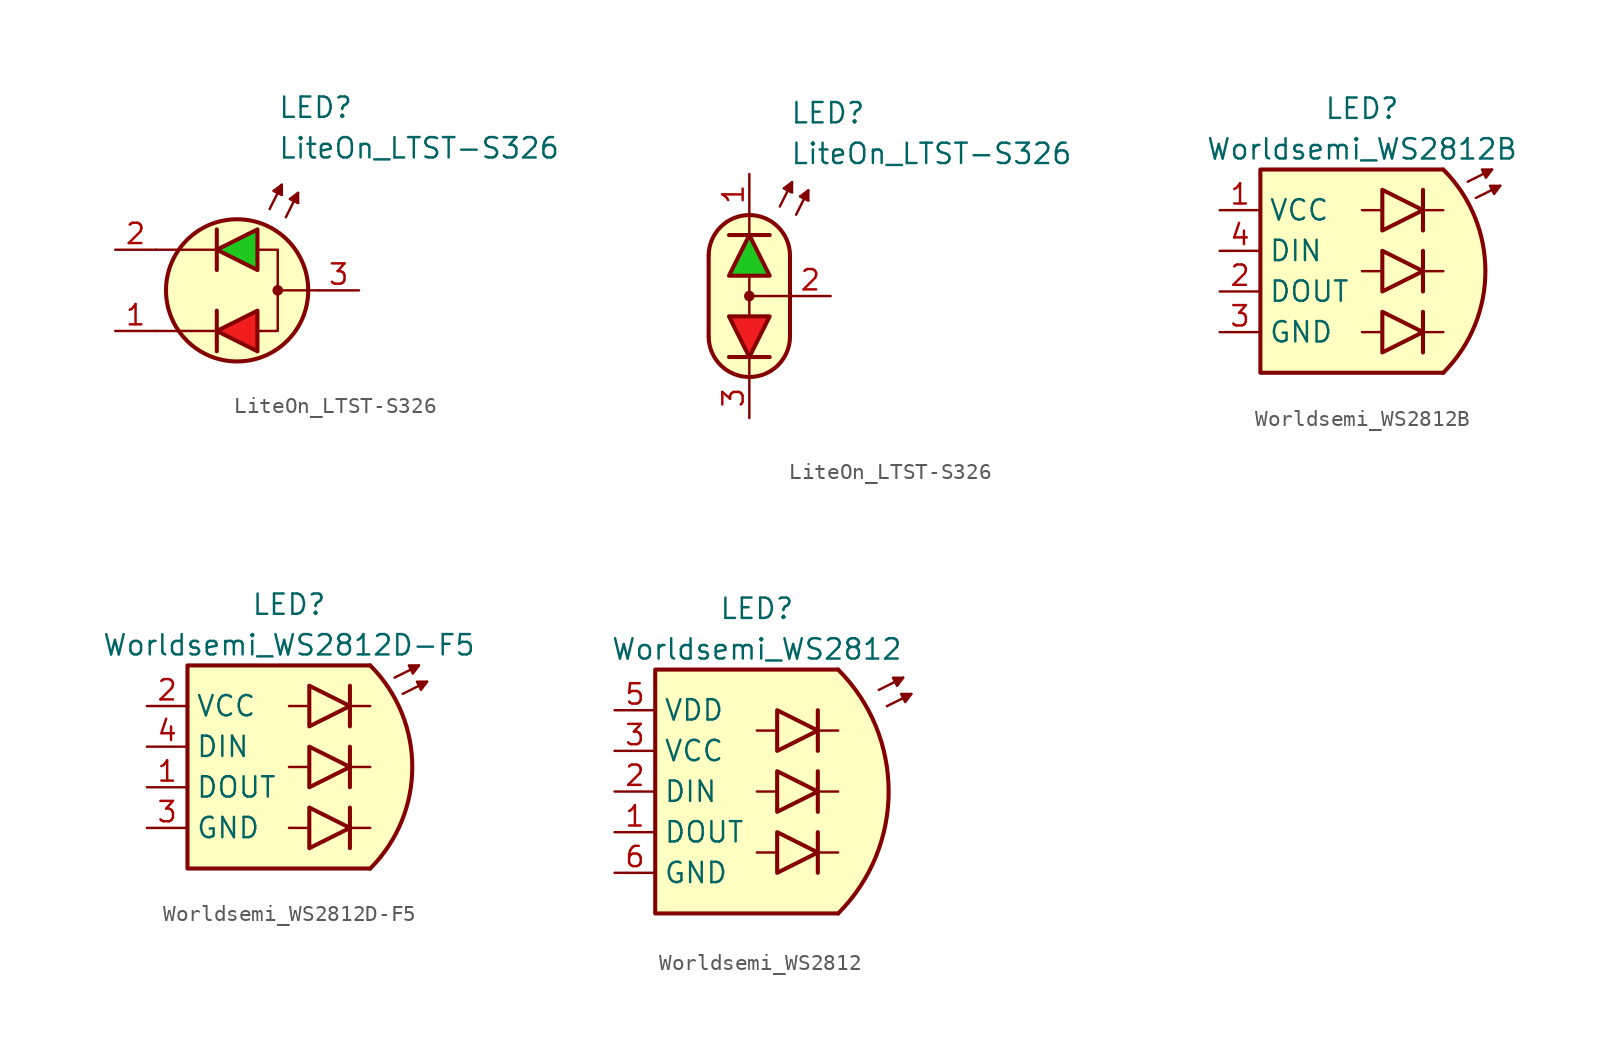
<source format=kicad_sym>
(kicad_symbol_lib
  (version 20231120)
  (generator "kicad_symbol_editor")
  (generator_version "8.0")
  (symbol "LiteOn_LTST-S326"
    (pin_names
      (offset 1.016) hide)
    (property "Reference" "LED"
      (at 2.54 11.43 0)
      (effects (font (size 1.27 1.27)) (justify left)))
    (property "Value" "LiteOn_LTST-S326"
      (at 2.54 8.89 0)
      (effects (font (size 1.27 1.27)) (justify left)))
    (symbol "LiteOn_LTST-S326_0_1"
      (polyline (pts (xy -1.27 -3.81) (xy -1.27 -1.27)) (stroke (width 0.254) (type default)) (fill (type none)))
      (polyline (pts (xy -1.27 -2.54) (xy -5.08 -2.54)) (stroke (width 0.152) (type default)) (fill (type none)))
      (polyline (pts (xy -1.27 1.27) (xy -1.27 3.81)) (stroke (width 0.254) (type default)) (fill (type none)))
      (polyline (pts (xy -1.27 2.54) (xy -5.08 2.54)) (stroke (width 0.152) (type default)) (fill (type none)))
      (polyline (pts (xy 2.032 5.08) (xy 2.794 6.604)) (stroke (width 0.152) (type default)) (fill (type none)))
      (polyline (pts (xy 2.54 6.096) (xy 2.286 6.223)) (stroke (width 0.152) (type default)) (fill (type none)))
      (polyline (pts (xy 2.54 6.096) (xy 2.794 5.969)) (stroke (width 0.152) (type default)) (fill (type none)))
      (polyline (pts (xy 3.048 4.572) (xy 3.81 6.096)) (stroke (width 0.152) (type default)) (fill (type none)))
      (polyline (pts (xy 3.556 5.588) (xy 3.302 5.715)) (stroke (width 0.152) (type default)) (fill (type none)))
      (polyline (pts (xy 3.556 5.588) (xy 3.81 5.461)) (stroke (width 0.152) (type default)) (fill (type none)))
      (polyline (pts (xy 5.08 0) (xy 2.54 0)) (stroke (width 0.152) (type default)) (fill (type none)))
      (polyline (pts (xy 1.27 -3.81) (xy 1.27 -1.27) (xy -1.27 -2.54) (xy 1.27 -3.81)) (stroke (width 0.254) (type default)) (fill (type color) (color 240 30 30 1)))
      (polyline (pts (xy 1.27 1.27) (xy 1.27 3.81) (xy -1.27 2.54) (xy 1.27 1.27)) (stroke (width 0.254) (type default)) (fill (type color) (color 30 200 30 1)))
      (polyline (pts (xy 1.397 2.54) (xy 2.54 2.54) (xy 2.54 -2.54) (xy 1.397 -2.54)) (stroke (width 0.152) (type default)) (fill (type none)))
      (polyline (pts (xy 2.794 5.969) (xy 2.286 6.223) (xy 2.794 6.604) (xy 2.794 5.969)) (stroke (width 0.152) (type default)) (fill (type outline)))
      (polyline (pts (xy 3.81 5.461) (xy 3.302 5.715) (xy 3.81 6.096) (xy 3.81 5.461)) (stroke (width 0.152) (type default)) (fill (type outline)))
      (circle (center 0 0) (radius 4.445) (stroke (width 0.254) (type default)) (fill (type background)))
      (circle (center 2.54 0) (radius 0.254) (stroke (width 0) (type default)) (fill (type outline))))
    (symbol "LiteOn_LTST-S326_0_2"
      (arc (start -2.54 -2.54) (mid 0 -5.0576) (end 2.54 -2.54) (stroke (width 0.254) (type default)) (fill (type none)))
      (polyline (pts (xy -2.54 2.54) (xy -2.54 -2.54)) (stroke (width 0.254) (type default)) (fill (type none)))
      (polyline (pts (xy -1.27 3.81) (xy 1.27 3.81)) (stroke (width 0.254) (type default)) (fill (type none)))
      (polyline (pts (xy 0 -5.08) (xy 0 -3.81)) (stroke (width 0) (type default)) (fill (type none)))
      (polyline (pts (xy 0 -1.27) (xy 0 1.27)) (stroke (width 0) (type default)) (fill (type none)))
      (polyline (pts (xy 0 5.08) (xy 0 3.81)) (stroke (width 0) (type default)) (fill (type none)))
      (polyline (pts (xy 1.27 -3.81) (xy -1.27 -3.81)) (stroke (width 0.254) (type default)) (fill (type none)))
      (polyline (pts (xy 1.905 5.588) (xy 2.667 7.112)) (stroke (width 0.152) (type default)) (fill (type none)))
      (polyline (pts (xy 2.413 6.604) (xy 2.159 6.731)) (stroke (width 0.152) (type default)) (fill (type none)))
      (polyline (pts (xy 2.413 6.604) (xy 2.667 6.477)) (stroke (width 0.152) (type default)) (fill (type none)))
      (polyline (pts (xy 2.54 -2.54) (xy 2.54 2.54)) (stroke (width 0.254) (type default)) (fill (type none)))
      (polyline (pts (xy 2.54 0) (xy 0 0)) (stroke (width 0) (type default)) (fill (type none)))
      (polyline (pts (xy 2.921 5.08) (xy 3.683 6.604)) (stroke (width 0.152) (type default)) (fill (type none)))
      (polyline (pts (xy 3.429 6.096) (xy 3.175 6.223)) (stroke (width 0.152) (type default)) (fill (type none)))
      (polyline (pts (xy 3.429 6.096) (xy 3.683 5.969)) (stroke (width 0.152) (type default)) (fill (type none)))
      (polyline (pts (xy 2.667 6.477) (xy 2.159 6.731) (xy 2.667 7.112) (xy 2.667 6.477)) (stroke (width 0.152) (type default)) (fill (type outline)))
      (polyline (pts (xy 3.683 5.969) (xy 3.175 6.223) (xy 3.683 6.604) (xy 3.683 5.969)) (stroke (width 0.152) (type default)) (fill (type outline)))
      (polyline (pts (xy 0 5.08) (xy 1.016 4.826) (xy 1.778 4.318) (xy 2.286 3.556) (xy 2.54 3.048) (xy 2.54 -2.794) (xy 2.286 -3.556) (xy 1.778 -4.318) (xy 1.016 -4.826) (xy 0.254 -5.08) (xy -0.254 -5.08) (xy -1.016 -4.826) (xy -1.524 -4.572) (xy -2.032 -4.064) (xy -2.286 -3.556) (xy -2.54 -2.794) (xy -2.54 2.794) (xy -2.286 3.556) (xy -2.032 4.064) (xy -1.524 4.572) (xy -1.016 4.826) (xy 0 5.08)) (stroke (width 0.01) (type default)) (fill (type background)))
      (circle (center 0 0) (radius 0.254) (stroke (width 0) (type default)) (fill (type outline)))
      (arc (start 2.54 2.54) (mid 0 5.0576) (end -2.54 2.54) (stroke (width 0.254) (type default)) (fill (type none))))
    (symbol "LiteOn_LTST-S326_1_1"
      (pin passive line (at -7.62 -2.54 0) (length 2.54) (name "A2" (effects (font (size 1.27 1.27)))) (number "1" (effects (font (size 1.27 1.27)))))
      (pin passive line (at -7.62 2.54 0) (length 2.54) (name "A1" (effects (font (size 1.27 1.27)))) (number "2" (effects (font (size 1.27 1.27)))))
      (pin passive line (at 7.62 0 180) (length 2.54) (name "K" (effects (font (size 1.27 1.27)))) (number "3" (effects (font (size 1.27 1.27))))))
    (symbol "LiteOn_LTST-S326_1_2"
      (polyline (pts (xy -1.27 1.27) (xy 1.27 1.27) (xy 0 3.81) (xy -1.27 1.27)) (stroke (width 0.254) (type default)) (fill (type color) (color 30 200 30 1)))
      (polyline (pts (xy 1.27 -1.27) (xy -1.27 -1.27) (xy 0 -3.81) (xy 1.27 -1.27)) (stroke (width 0.254) (type default)) (fill (type color) (color 240 30 30 1)))
      (pin passive line (at 0 7.62 270) (length 2.54) (name "A1" (effects (font (size 1.27 1.27)))) (number "1" (effects (font (size 1.27 1.27)))))
      (pin passive line (at 5.08 0 180) (length 2.54) (name "K" (effects (font (size 1.27 1.27)))) (number "2" (effects (font (size 1.27 1.27)))))
      (pin passive line (at 0 -7.62 90) (length 2.54) (name "A2" (effects (font (size 1.27 1.27)))) (number "3" (effects (font (size 1.27 1.27)))))))
  (symbol "Worldsemi_WS2812B"
    (property "Reference" "LED"
      (at 0 10.16 0)
      (effects (font (size 1.27 1.27))))
    (property "Value" "Worldsemi_WS2812B"
      (at 0 7.62 0)
      (effects (font (size 1.27 1.27))))
    (symbol "Worldsemi_WS2812B_0_1"
      (polyline (pts (xy 0 -3.81) (xy 1.27 -3.81)) (stroke (width 0) (type default)) (fill (type none)))
      (polyline (pts (xy 0 0) (xy 1.27 0)) (stroke (width 0) (type default)) (fill (type none)))
      (polyline (pts (xy 0 3.81) (xy 1.27 3.81)) (stroke (width 0) (type default)) (fill (type none)))
      (polyline (pts (xy 3.81 -3.81) (xy 5.08 -3.81)) (stroke (width 0) (type default)) (fill (type none)))
      (polyline (pts (xy 3.81 0) (xy 5.08 0)) (stroke (width 0) (type default)) (fill (type none)))
      (polyline (pts (xy 3.81 3.81) (xy 5.08 3.81)) (stroke (width 0) (type default)) (fill (type none)))
      (polyline (pts (xy 6.604 5.588) (xy 8.128 6.35)) (stroke (width 0.152) (type default)) (fill (type outline)))
      (polyline (pts (xy 7.112 4.572) (xy 8.636 5.334)) (stroke (width 0.152) (type default)) (fill (type color) (color 0 0 0 0)))
      (polyline (pts (xy 1.27 -2.54) (xy 1.27 -5.08) (xy 3.81 -3.81) (xy 1.27 -2.54)) (stroke (width 0.254) (type default)) (fill (type color) (color 30 200 30 1)))
      (polyline (pts (xy 1.27 1.27) (xy 1.27 -1.27) (xy 3.81 0) (xy 1.27 1.27)) (stroke (width 0.254) (type default)) (fill (type color) (color 240 30 30 1)))
      (polyline (pts (xy 1.27 5.08) (xy 1.27 2.54) (xy 3.81 3.81) (xy 1.27 5.08)) (stroke (width 0.254) (type default)) (fill (type color) (color 70 70 200 1)))
      (polyline (pts (xy 7.493 6.35) (xy 7.747 5.842) (xy 8.128 6.35) (xy 7.493 6.35)) (stroke (width 0.152) (type default)) (fill (type outline)))
      (polyline (pts (xy 8.001 5.334) (xy 8.255 4.826) (xy 8.636 5.334) (xy 8.001 5.334)) (stroke (width 0) (type solid)) (fill (type outline))))
    (symbol "Worldsemi_WS2812B_1_1"
      (polyline (pts (xy 3.81 -5.08) (xy 3.81 -2.54)) (stroke (width 0.254) (type default)) (fill (type none)))
      (polyline (pts (xy 3.81 -1.27) (xy 3.81 1.27)) (stroke (width 0.254) (type default)) (fill (type none)))
      (polyline (pts (xy 3.81 2.54) (xy 3.81 5.08)) (stroke (width 0.254) (type default)) (fill (type none)))
      (polyline (pts (xy 5.08 -6.35) (xy -6.35 -6.35) (xy -6.35 6.35) (xy 5.08 6.35)) (stroke (width 0.254) (type default)) (fill (type background)))
      (arc (start 5.08 -6.35) (mid 7.7103 0) (end 5.08 6.35) (stroke (width 0.254) (type default)) (fill (type background)))
      (pin power_in line (at -8.89 3.81 0) (length 2.54) (name "VCC" (effects (font (size 1.27 1.27)))) (number "1" (effects (font (size 1.27 1.27)))))
      (pin output line (at -8.89 -1.27 0) (length 2.54) (name "DOUT" (effects (font (size 1.27 1.27)))) (number "2" (effects (font (size 1.27 1.27)))))
      (pin power_in line (at -8.89 -3.81 0) (length 2.54) (name "GND" (effects (font (size 1.27 1.27)))) (number "3" (effects (font (size 1.27 1.27)))))
      (pin input line (at -8.89 1.27 0) (length 2.54) (name "DIN" (effects (font (size 1.27 1.27)))) (number "4" (effects (font (size 1.27 1.27)))))))
  (symbol "Worldsemi_WS2812D-F5"
    (property "Reference" "LED"
      (at 0 10.16 0)
      (effects (font (size 1.27 1.27))))
    (property "Value" "Worldsemi_WS2812D-F5"
      (at 0 7.62 0)
      (effects (font (size 1.27 1.27))))
    (symbol "Worldsemi_WS2812D-F5_0_1"
      (polyline (pts (xy 0 -3.81) (xy 1.27 -3.81)) (stroke (width 0) (type default)) (fill (type none)))
      (polyline (pts (xy 0 0) (xy 1.27 0)) (stroke (width 0) (type default)) (fill (type none)))
      (polyline (pts (xy 0 3.81) (xy 1.27 3.81)) (stroke (width 0) (type default)) (fill (type none)))
      (polyline (pts (xy 3.81 -3.81) (xy 5.08 -3.81)) (stroke (width 0) (type default)) (fill (type none)))
      (polyline (pts (xy 3.81 0) (xy 5.08 0)) (stroke (width 0) (type default)) (fill (type none)))
      (polyline (pts (xy 3.81 3.81) (xy 5.08 3.81)) (stroke (width 0) (type default)) (fill (type none)))
      (polyline (pts (xy 6.604 5.588) (xy 8.128 6.35)) (stroke (width 0.152) (type default)) (fill (type outline)))
      (polyline (pts (xy 7.112 4.572) (xy 8.636 5.334)) (stroke (width 0.152) (type default)) (fill (type color) (color 0 0 0 0)))
      (polyline (pts (xy 1.27 -2.54) (xy 1.27 -5.08) (xy 3.81 -3.81) (xy 1.27 -2.54)) (stroke (width 0.254) (type default)) (fill (type color) (color 30 200 30 1)))
      (polyline (pts (xy 1.27 1.27) (xy 1.27 -1.27) (xy 3.81 0) (xy 1.27 1.27)) (stroke (width 0.254) (type default)) (fill (type color) (color 240 30 30 1)))
      (polyline (pts (xy 1.27 5.08) (xy 1.27 2.54) (xy 3.81 3.81) (xy 1.27 5.08)) (stroke (width 0.254) (type default)) (fill (type color) (color 70 70 200 1)))
      (polyline (pts (xy 7.493 6.35) (xy 7.747 5.842) (xy 8.128 6.35) (xy 7.493 6.35)) (stroke (width 0.152) (type default)) (fill (type outline)))
      (polyline (pts (xy 8.001 5.334) (xy 8.255 4.826) (xy 8.636 5.334) (xy 8.001 5.334)) (stroke (width 0) (type solid)) (fill (type outline))))
    (symbol "Worldsemi_WS2812D-F5_1_1"
      (polyline (pts (xy 3.81 -5.08) (xy 3.81 -2.54)) (stroke (width 0.254) (type default)) (fill (type none)))
      (polyline (pts (xy 3.81 -1.27) (xy 3.81 1.27)) (stroke (width 0.254) (type default)) (fill (type none)))
      (polyline (pts (xy 3.81 2.54) (xy 3.81 5.08)) (stroke (width 0.254) (type default)) (fill (type none)))
      (polyline (pts (xy 5.08 -6.35) (xy -6.35 -6.35) (xy -6.35 6.35) (xy 5.08 6.35)) (stroke (width 0.254) (type default)) (fill (type background)))
      (arc (start 5.08 -6.35) (mid 7.7103 0) (end 5.08 6.35) (stroke (width 0.254) (type default)) (fill (type background)))
      (pin output line (at -8.89 -1.27 0) (length 2.54) (name "DOUT" (effects (font (size 1.27 1.27)))) (number "1" (effects (font (size 1.27 1.27)))))
      (pin power_in line (at -8.89 3.81 0) (length 2.54) (name "VCC" (effects (font (size 1.27 1.27)))) (number "2" (effects (font (size 1.27 1.27)))))
      (pin power_in line (at -8.89 -3.81 0) (length 2.54) (name "GND" (effects (font (size 1.27 1.27)))) (number "3" (effects (font (size 1.27 1.27)))))
      (pin input line (at -8.89 1.27 0) (length 2.54) (name "DIN" (effects (font (size 1.27 1.27)))) (number "4" (effects (font (size 1.27 1.27)))))))
  (symbol "Worldsemi_WS2812"
    (property "Reference" "LED"
      (at 0 11.43 0)
      (effects (font (size 1.27 1.27))))
    (property "Value" "Worldsemi_WS2812"
      (at 0 8.89 0)
      (effects (font (size 1.27 1.27))))
    (symbol "Worldsemi_WS2812_0_1"
      (polyline (pts (xy 0 -3.81) (xy 1.27 -3.81)) (stroke (width 0) (type default)) (fill (type none)))
      (polyline (pts (xy 0 0) (xy 1.27 0)) (stroke (width 0) (type default)) (fill (type none)))
      (polyline (pts (xy 0 3.81) (xy 1.27 3.81)) (stroke (width 0) (type default)) (fill (type none)))
      (polyline (pts (xy 3.81 -3.81) (xy 5.08 -3.81)) (stroke (width 0) (type default)) (fill (type none)))
      (polyline (pts (xy 3.81 0) (xy 5.08 0)) (stroke (width 0) (type default)) (fill (type none)))
      (polyline (pts (xy 3.81 3.81) (xy 5.08 3.81)) (stroke (width 0) (type default)) (fill (type none)))
      (polyline (pts (xy 7.62 6.35) (xy 9.144 7.112)) (stroke (width 0.152) (type default)) (fill (type outline)))
      (polyline (pts (xy 8.128 5.334) (xy 9.652 6.096)) (stroke (width 0.152) (type default)) (fill (type color) (color 0 0 0 0)))
      (polyline (pts (xy 1.27 -2.54) (xy 1.27 -5.08) (xy 3.81 -3.81) (xy 1.27 -2.54)) (stroke (width 0.254) (type default)) (fill (type color) (color 30 200 30 1)))
      (polyline (pts (xy 1.27 1.27) (xy 1.27 -1.27) (xy 3.81 0) (xy 1.27 1.27)) (stroke (width 0.254) (type default)) (fill (type color) (color 240 30 30 1)))
      (polyline (pts (xy 1.27 5.08) (xy 1.27 2.54) (xy 3.81 3.81) (xy 1.27 5.08)) (stroke (width 0.254) (type default)) (fill (type color) (color 70 70 200 1)))
      (polyline (pts (xy 8.509 7.112) (xy 8.763 6.604) (xy 9.144 7.112) (xy 8.509 7.112)) (stroke (width 0.152) (type default)) (fill (type outline)))
      (polyline (pts (xy 9.017 6.096) (xy 9.271 5.588) (xy 9.652 6.096) (xy 9.017 6.096)) (stroke (width 0) (type solid)) (fill (type outline))))
    (symbol "Worldsemi_WS2812_1_1"
      (polyline (pts (xy 3.81 -5.08) (xy 3.81 -2.54)) (stroke (width 0.254) (type default)) (fill (type none)))
      (polyline (pts (xy 3.81 -1.27) (xy 3.81 1.27)) (stroke (width 0.254) (type default)) (fill (type none)))
      (polyline (pts (xy 3.81 2.54) (xy 3.81 5.08)) (stroke (width 0.254) (type default)) (fill (type none)))
      (polyline (pts (xy 5.08 -7.62) (xy -6.35 -7.62) (xy -6.35 7.62) (xy 5.08 7.62)) (stroke (width 0.254) (type default)) (fill (type background)))
      (arc (start 5.08 -7.62) (mid 8.2364 0) (end 5.08 7.62) (stroke (width 0.254) (type default)) (fill (type background)))
      (pin output line (at -8.89 -2.54 0) (length 2.54) (name "DOUT" (effects (font (size 1.27 1.27)))) (number "1" (effects (font (size 1.27 1.27)))))
      (pin input line (at -8.89 0 0) (length 2.54) (name "DIN" (effects (font (size 1.27 1.27)))) (number "2" (effects (font (size 1.27 1.27)))))
      (pin power_in line (at -8.89 2.54 0) (length 2.54) (name "VCC" (effects (font (size 1.27 1.27)))) (number "3" (effects (font (size 1.27 1.27)))))
      (pin no_connect line (at -1.27 0 0) (length 2.54) hide (name "NC" (effects (font (size 1.27 1.27)))) (number "4" (effects (font (size 1.27 1.27)))))
      (pin power_in line (at -8.89 5.08 0) (length 2.54) (name "VDD" (effects (font (size 1.27 1.27)))) (number "5" (effects (font (size 1.27 1.27)))))
      (pin power_in line (at -8.89 -5.08 0) (length 2.54) (name "GND" (effects (font (size 1.27 1.27)))) (number "6" (effects (font (size 1.27 1.27))))))))
</source>
